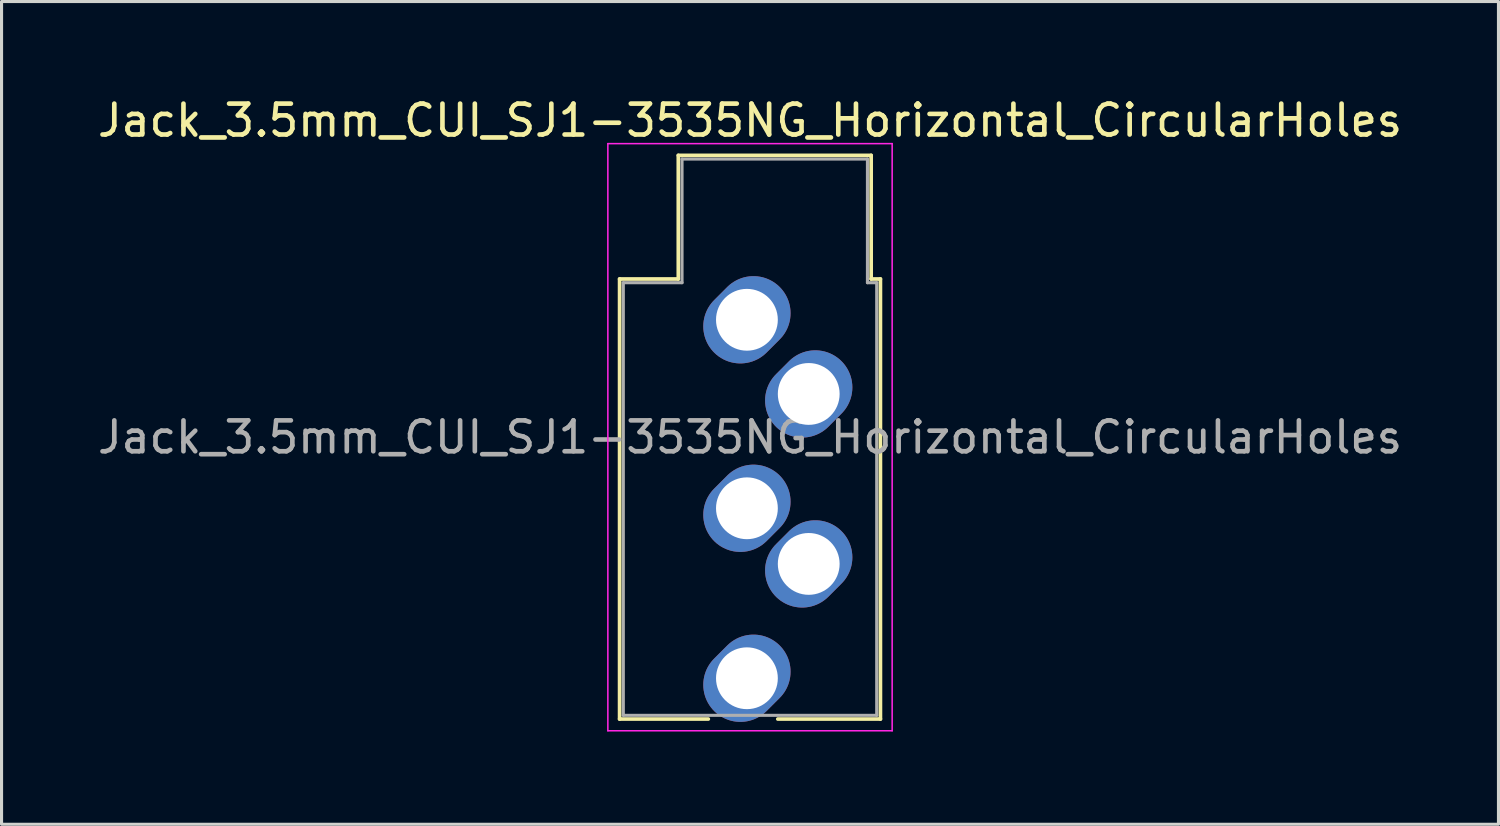
<source format=kicad_pcb>
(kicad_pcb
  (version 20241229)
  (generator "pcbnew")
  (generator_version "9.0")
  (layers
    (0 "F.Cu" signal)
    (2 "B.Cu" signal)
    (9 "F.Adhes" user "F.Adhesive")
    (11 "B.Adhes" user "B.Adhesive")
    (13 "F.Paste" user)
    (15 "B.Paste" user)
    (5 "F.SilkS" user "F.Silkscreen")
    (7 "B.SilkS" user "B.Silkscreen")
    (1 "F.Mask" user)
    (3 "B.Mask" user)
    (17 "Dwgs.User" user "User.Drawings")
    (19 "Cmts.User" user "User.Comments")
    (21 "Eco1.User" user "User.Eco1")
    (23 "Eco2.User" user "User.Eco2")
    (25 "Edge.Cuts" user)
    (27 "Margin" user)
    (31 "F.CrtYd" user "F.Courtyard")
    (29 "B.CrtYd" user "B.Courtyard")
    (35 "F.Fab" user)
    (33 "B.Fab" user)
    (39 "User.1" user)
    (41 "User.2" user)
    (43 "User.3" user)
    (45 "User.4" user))
  (footprint "Jack_3.5mm_CUI_SJ1-3535NG_Horizontal_CircularHoles"
    (layer "F.Cu")
    (at 21.12 7.298)
    (property "Reference" "Jack_3.5mm_CUI_SJ1-3535NG_Horizontal_CircularHoles" (at 0.1 -6.45 0) (layer "F.SilkS") (effects (font (size 1 1) (thickness 0.15))))
    (attr through_hole)
    (fp_line (start -4.12 -1.32) (end -2.22 -1.32) (stroke (width 0.12) (type solid)) (layer "F.SilkS"))
    (fp_line (start -4.12 12.92) (end -4.12 -1.32) (stroke (width 0.12) (type solid)) (layer "F.SilkS"))
    (fp_line (start -2.22 -5.32) (end 4.02 -5.32) (stroke (width 0.12) (type solid)) (layer "F.SilkS"))
    (fp_line (start -2.22 -1.32) (end -2.22 -5.32) (stroke (width 0.12) (type solid)) (layer "F.SilkS"))
    (fp_line (start -1.25 12.92) (end -4.12 12.92) (stroke (width 0.12) (type solid)) (layer "F.SilkS"))
    (fp_line (start 4.02 -5.32) (end 4.02 -1.32) (stroke (width 0.12) (type solid)) (layer "F.SilkS"))
    (fp_line (start 4.02 -1.32) (end 4.32 -1.32) (stroke (width 0.12) (type solid)) (layer "F.SilkS"))
    (fp_line (start 4.32 -1.32) (end 4.32 12.92) (stroke (width 0.12) (type solid)) (layer "F.SilkS"))
    (fp_line (start 4.32 12.92) (end 1 12.92) (stroke (width 0.12) (type solid)) (layer "F.SilkS"))
    (fp_line (start -4.5 -5.7) (end -4.5 13.3) (stroke (width 0.05) (type solid)) (layer "F.CrtYd"))
    (fp_line (start -4.5 13.3) (end 4.7 13.3) (stroke (width 0.05) (type solid)) (layer "F.CrtYd"))
    (fp_line (start 4.7 -5.7) (end -4.5 -5.7) (stroke (width 0.05) (type solid)) (layer "F.CrtYd"))
    (fp_line (start 4.7 13.3) (end 4.7 -5.7) (stroke (width 0.05) (type solid)) (layer "F.CrtYd"))
    (fp_line (start -4 -1.2) (end -2.1 -1.2) (stroke (width 0.1) (type solid)) (layer "F.Fab"))
    (fp_line (start -4 12.8) (end -4 -1.2) (stroke (width 0.1) (type solid)) (layer "F.Fab"))
    (fp_line (start -2.1 -5.2) (end 3.9 -5.2) (stroke (width 0.1) (type solid)) (layer "F.Fab"))
    (fp_line (start -2.1 -1.2) (end -2.1 -5.2) (stroke (width 0.1) (type solid)) (layer "F.Fab"))
    (fp_line (start 3.9 -5.2) (end 3.9 -1.2) (stroke (width 0.1) (type solid)) (layer "F.Fab"))
    (fp_line (start 3.9 -1.2) (end 4.2 -1.2) (stroke (width 0.1) (type solid)) (layer "F.Fab"))
    (fp_line (start 4.2 -1.2) (end 4.2 12.8) (stroke (width 0.1) (type solid)) (layer "F.Fab"))
    (fp_line (start 4.2 12.8) (end -4 12.8) (stroke (width 0.1) (type solid)) (layer "F.Fab"))
    (fp_text user "${REFERENCE}" (at 0.1 3.8 0) (layer "F.Fab") (effects (font (size 1 1) (thickness 0.15))))
    (pad "R" thru_hole oval (at 2 7.9 45) (size 3 2.4) (drill 2) (layers "*.Cu" "*.Mask"))
    (pad "RN" thru_hole oval (at 0 6.1 45) (size 3 2.4) (drill 2) (layers "*.Cu" "*.Mask"))
    (pad "S" thru_hole oval (at 0 0 45) (size 3 2.4) (drill 2) (layers "*.Cu" "*.Mask"))
    (pad "T" thru_hole oval (at 2 2.4 45) (size 3 2.4) (drill 2) (layers "*.Cu" "*.Mask"))
    (pad "TN" thru_hole oval (at 0 11.6 45) (size 3 2.4) (drill 2) (layers "*.Cu" "*.Mask")))
  (gr_rect
    (start -3 -3)
    (end 45.44 23.623)
    (stroke (width 0.1) (type default))
    (fill no)
    (layer "Edge.Cuts")))
</source>
